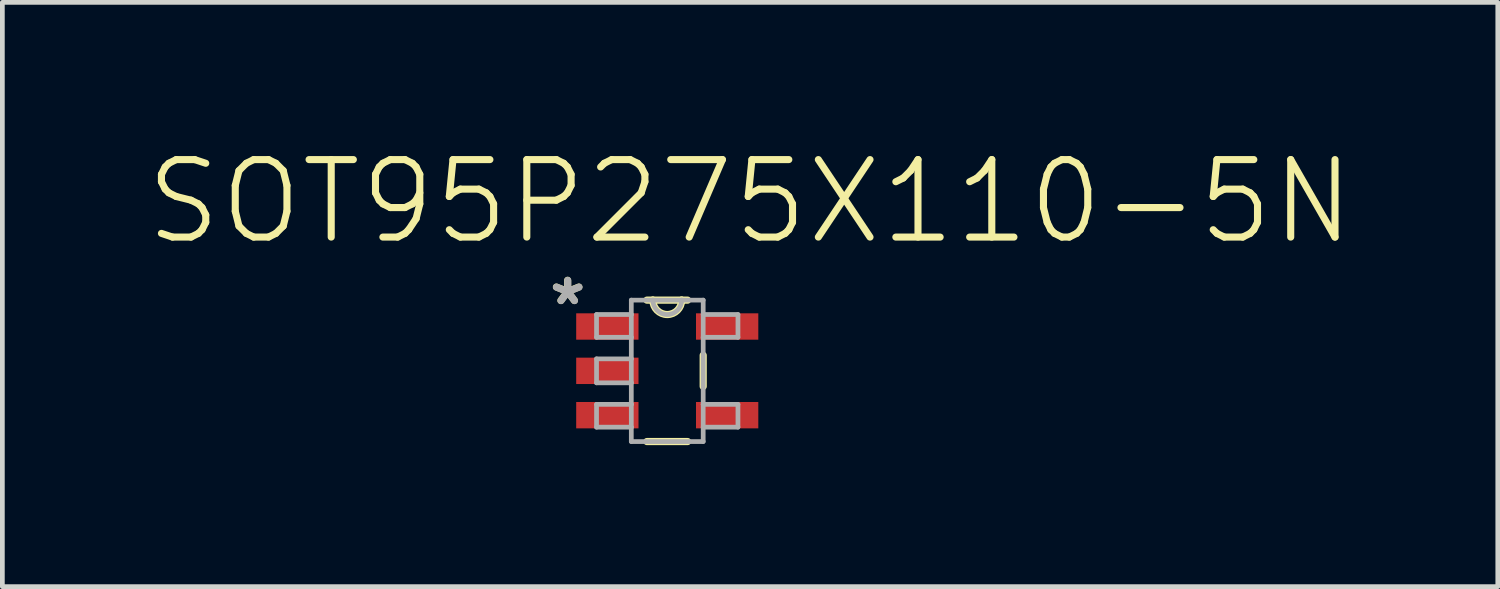
<source format=kicad_pcb>
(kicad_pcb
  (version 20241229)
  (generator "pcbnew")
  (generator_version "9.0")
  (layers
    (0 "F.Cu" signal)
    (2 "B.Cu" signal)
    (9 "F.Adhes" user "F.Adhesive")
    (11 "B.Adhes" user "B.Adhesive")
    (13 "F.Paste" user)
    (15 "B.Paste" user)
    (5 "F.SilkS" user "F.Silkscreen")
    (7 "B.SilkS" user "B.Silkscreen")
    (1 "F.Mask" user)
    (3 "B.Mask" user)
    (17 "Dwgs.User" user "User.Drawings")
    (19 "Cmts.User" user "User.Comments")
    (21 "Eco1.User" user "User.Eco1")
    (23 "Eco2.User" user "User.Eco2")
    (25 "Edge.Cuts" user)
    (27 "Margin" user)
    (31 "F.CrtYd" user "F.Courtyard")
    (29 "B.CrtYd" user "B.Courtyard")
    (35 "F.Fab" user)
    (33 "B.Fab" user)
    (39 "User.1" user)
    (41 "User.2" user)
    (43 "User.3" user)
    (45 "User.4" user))
  (footprint "SOT95P275X110-5N"
    (layer "F.Cu")
    (at 11.096 4.812)
    (property "Reference" "SOT95P275X110-5N" (at 1.756 -3.588 0) (layer "F.SilkS") (effects (font (size 1.643 1.643) (thickness 0.15))))
    (attr smd)
    (fp_line (start -0.432 1.499) (end 0.432 1.499) (stroke (width 0.152) (type solid)) (layer "F.SilkS"))
    (fp_line (start -0.305 -1.499) (end -0.432 -1.499) (stroke (width 0.152) (type solid)) (layer "F.SilkS"))
    (fp_line (start 0.305 -1.499) (end -0.305 -1.499) (stroke (width 0.152) (type solid)) (layer "F.SilkS"))
    (fp_line (start 0.432 -1.499) (end 0.305 -1.499) (stroke (width 0.152) (type solid)) (layer "F.SilkS"))
    (fp_line (start 0.762 0.33) (end 0.762 -0.33) (stroke (width 0.152) (type solid)) (layer "F.SilkS"))
    (fp_arc (start 0.3048 -1.4986) (mid 0 -1.1938) (end -0.3048 -1.4986) (stroke (width 0.1524) (type solid)) (layer "F.SilkS"))
    (fp_line (start -1.499 -1.194) (end -1.499 -0.711) (stroke (width 0.1) (type solid)) (layer "F.Fab"))
    (fp_line (start -1.499 -0.711) (end -0.762 -0.711) (stroke (width 0.1) (type solid)) (layer "F.Fab"))
    (fp_line (start -1.499 -0.254) (end -1.499 0.254) (stroke (width 0.1) (type solid)) (layer "F.Fab"))
    (fp_line (start -1.499 0.254) (end -0.762 0.254) (stroke (width 0.1) (type solid)) (layer "F.Fab"))
    (fp_line (start -1.499 0.711) (end -1.499 1.194) (stroke (width 0.1) (type solid)) (layer "F.Fab"))
    (fp_line (start -1.499 1.194) (end -0.762 1.194) (stroke (width 0.1) (type solid)) (layer "F.Fab"))
    (fp_line (start -0.762 -1.499) (end -0.762 -1.194) (stroke (width 0.1) (type solid)) (layer "F.Fab"))
    (fp_line (start -0.762 -1.194) (end -1.499 -1.194) (stroke (width 0.1) (type solid)) (layer "F.Fab"))
    (fp_line (start -0.762 -1.194) (end -0.762 -0.711) (stroke (width 0.1) (type solid)) (layer "F.Fab"))
    (fp_line (start -0.762 -0.711) (end -0.762 -0.254) (stroke (width 0.1) (type solid)) (layer "F.Fab"))
    (fp_line (start -0.762 -0.254) (end -1.499 -0.254) (stroke (width 0.1) (type solid)) (layer "F.Fab"))
    (fp_line (start -0.762 -0.254) (end -0.762 0.254) (stroke (width 0.1) (type solid)) (layer "F.Fab"))
    (fp_line (start -0.762 0.254) (end -0.762 0.711) (stroke (width 0.1) (type solid)) (layer "F.Fab"))
    (fp_line (start -0.762 0.711) (end -1.499 0.711) (stroke (width 0.1) (type solid)) (layer "F.Fab"))
    (fp_line (start -0.762 1.194) (end -0.762 0.711) (stroke (width 0.1) (type solid)) (layer "F.Fab"))
    (fp_line (start -0.762 1.499) (end -0.762 1.194) (stroke (width 0.1) (type solid)) (layer "F.Fab"))
    (fp_line (start -0.762 1.499) (end 0.762 1.499) (stroke (width 0.1) (type solid)) (layer "F.Fab"))
    (fp_line (start -0.305 -1.499) (end -0.762 -1.499) (stroke (width 0.1) (type solid)) (layer "F.Fab"))
    (fp_line (start 0.305 -1.499) (end -0.305 -1.499) (stroke (width 0.1) (type solid)) (layer "F.Fab"))
    (fp_line (start 0.762 -1.499) (end 0.305 -1.499) (stroke (width 0.1) (type solid)) (layer "F.Fab"))
    (fp_line (start 0.762 -1.499) (end 0.762 -1.194) (stroke (width 0.1) (type solid)) (layer "F.Fab"))
    (fp_line (start 0.762 -1.194) (end 0.762 -0.711) (stroke (width 0.1) (type solid)) (layer "F.Fab"))
    (fp_line (start 0.762 -0.711) (end 1.499 -0.711) (stroke (width 0.1) (type solid)) (layer "F.Fab"))
    (fp_line (start 0.762 0.711) (end 0.762 -0.711) (stroke (width 0.1) (type solid)) (layer "F.Fab"))
    (fp_line (start 0.762 1.194) (end 0.762 0.711) (stroke (width 0.1) (type solid)) (layer "F.Fab"))
    (fp_line (start 0.762 1.194) (end 1.499 1.194) (stroke (width 0.1) (type solid)) (layer "F.Fab"))
    (fp_line (start 0.762 1.499) (end 0.762 1.194) (stroke (width 0.1) (type solid)) (layer "F.Fab"))
    (fp_line (start 1.499 -1.194) (end 0.762 -1.194) (stroke (width 0.1) (type solid)) (layer "F.Fab"))
    (fp_line (start 1.499 -0.711) (end 1.499 -1.194) (stroke (width 0.1) (type solid)) (layer "F.Fab"))
    (fp_line (start 1.499 0.711) (end 0.762 0.711) (stroke (width 0.1) (type solid)) (layer "F.Fab"))
    (fp_line (start 1.499 1.194) (end 1.499 0.711) (stroke (width 0.1) (type solid)) (layer "F.Fab"))
    (fp_arc (start 0.3048 -1.4986) (mid 0 -1.1938) (end -0.3048 -1.4986) (stroke (width 0.1) (type solid)) (layer "F.Fab"))
    (fp_text user "*" (at -2.112 -1.374 0) (layer "F.SilkS") (effects (font (size 1.002 1.002) (thickness 0.15))))
    (fp_text user "*" (at -2.109 -1.372 0) (layer "F.Fab") (effects (font (size 1 1) (thickness 0.15))))
    (pad "1" smd rect (at -1.27 -0.94) (size 1.321 0.559) (layers "F.Cu" "F.Mask" "F.Paste"))
    (pad "2" smd rect (at -1.27 0) (size 1.321 0.559) (layers "F.Cu" "F.Mask" "F.Paste"))
    (pad "3" smd rect (at -1.27 0.94) (size 1.321 0.559) (layers "F.Cu" "F.Mask" "F.Paste"))
    (pad "4" smd rect (at 1.27 0.94) (size 1.321 0.559) (layers "F.Cu" "F.Mask" "F.Paste"))
    (pad "5" smd rect (at 1.27 -0.94) (size 1.321 0.559) (layers "F.Cu" "F.Mask" "F.Paste")))
  (gr_rect
    (start -3 -3)
    (end 28.704 9.387)
    (stroke (width 0.1) (type default))
    (fill no)
    (layer "Edge.Cuts")))
</source>
